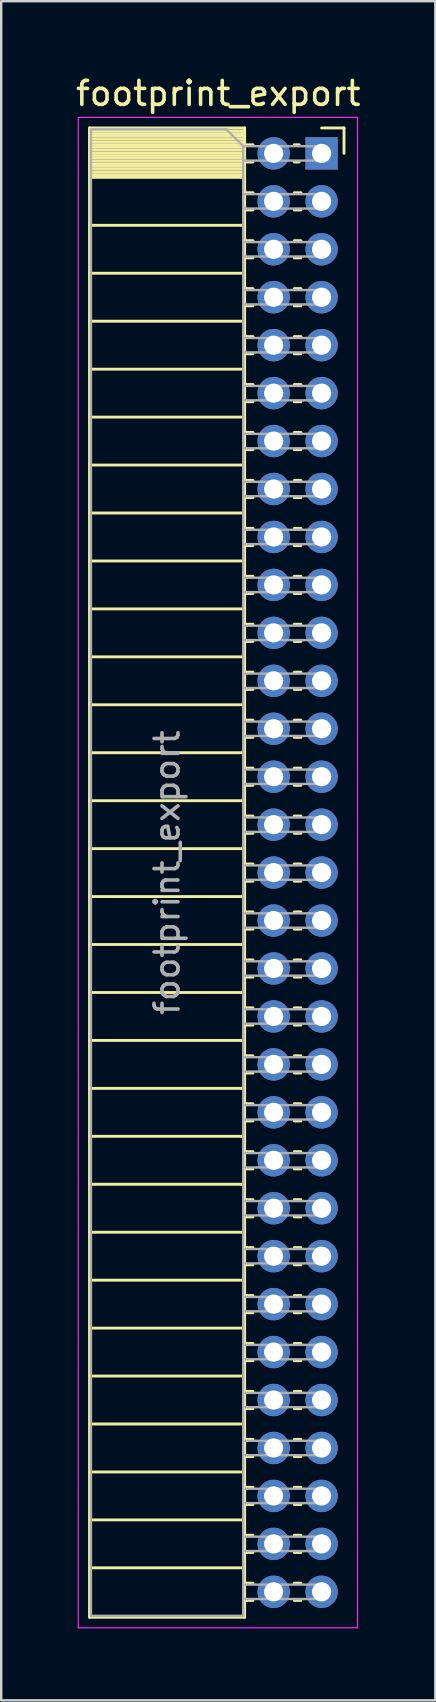
<source format=kicad_pcb>
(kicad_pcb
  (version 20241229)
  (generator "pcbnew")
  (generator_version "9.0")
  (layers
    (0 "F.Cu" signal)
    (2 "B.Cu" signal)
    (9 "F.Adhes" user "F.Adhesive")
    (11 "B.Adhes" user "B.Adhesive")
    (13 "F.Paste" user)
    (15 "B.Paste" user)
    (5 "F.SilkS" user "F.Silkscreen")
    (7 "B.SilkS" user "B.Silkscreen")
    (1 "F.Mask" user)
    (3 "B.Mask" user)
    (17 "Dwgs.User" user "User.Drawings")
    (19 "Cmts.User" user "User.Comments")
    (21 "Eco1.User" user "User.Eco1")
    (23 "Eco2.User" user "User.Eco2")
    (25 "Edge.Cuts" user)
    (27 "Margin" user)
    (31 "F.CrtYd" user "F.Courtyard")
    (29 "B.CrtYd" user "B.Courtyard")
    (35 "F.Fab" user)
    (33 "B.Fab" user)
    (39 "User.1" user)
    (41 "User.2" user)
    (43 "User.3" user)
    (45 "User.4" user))
  (footprint "footprint_export"
    (layer "F.Cu")
    (at 10.364 3.348)
    (property "Reference" "footprint_export" (at -4.31 -2.5 0) (layer "F.SilkS") (effects (font (size 1 1) (thickness 0.15))))
    (attr through_hole)
    (fp_line (start -9.68 -1.06) (end -9.68 61.06) (stroke (width 0.12) (type solid)) (layer "F.SilkS"))
    (fp_line (start -9.68 -1.06) (end -3.21 -1.06) (stroke (width 0.12) (type solid)) (layer "F.SilkS"))
    (fp_line (start -9.68 -0.94) (end -3.21 -0.94) (stroke (width 0.12) (type solid)) (layer "F.SilkS"))
    (fp_line (start -9.68 -0.826) (end -3.21 -0.826) (stroke (width 0.12) (type solid)) (layer "F.SilkS"))
    (fp_line (start -9.68 -0.712) (end -3.21 -0.712) (stroke (width 0.12) (type solid)) (layer "F.SilkS"))
    (fp_line (start -9.68 -0.598) (end -3.21 -0.598) (stroke (width 0.12) (type solid)) (layer "F.SilkS"))
    (fp_line (start -9.68 -0.484) (end -3.21 -0.484) (stroke (width 0.12) (type solid)) (layer "F.SilkS"))
    (fp_line (start -9.68 -0.369) (end -3.21 -0.369) (stroke (width 0.12) (type solid)) (layer "F.SilkS"))
    (fp_line (start -9.68 -0.255) (end -3.21 -0.255) (stroke (width 0.12) (type solid)) (layer "F.SilkS"))
    (fp_line (start -9.68 -0.141) (end -3.21 -0.141) (stroke (width 0.12) (type solid)) (layer "F.SilkS"))
    (fp_line (start -9.68 -0.027) (end -3.21 -0.027) (stroke (width 0.12) (type solid)) (layer "F.SilkS"))
    (fp_line (start -9.68 0.087) (end -3.21 0.087) (stroke (width 0.12) (type solid)) (layer "F.SilkS"))
    (fp_line (start -9.68 0.201) (end -3.21 0.201) (stroke (width 0.12) (type solid)) (layer "F.SilkS"))
    (fp_line (start -9.68 0.315) (end -3.21 0.315) (stroke (width 0.12) (type solid)) (layer "F.SilkS"))
    (fp_line (start -9.68 0.429) (end -3.21 0.429) (stroke (width 0.12) (type solid)) (layer "F.SilkS"))
    (fp_line (start -9.68 0.544) (end -3.21 0.544) (stroke (width 0.12) (type solid)) (layer "F.SilkS"))
    (fp_line (start -9.68 0.658) (end -3.21 0.658) (stroke (width 0.12) (type solid)) (layer "F.SilkS"))
    (fp_line (start -9.68 0.772) (end -3.21 0.772) (stroke (width 0.12) (type solid)) (layer "F.SilkS"))
    (fp_line (start -9.68 0.886) (end -3.21 0.886) (stroke (width 0.12) (type solid)) (layer "F.SilkS"))
    (fp_line (start -9.68 1) (end -3.21 1) (stroke (width 0.12) (type solid)) (layer "F.SilkS"))
    (fp_line (start -9.68 3) (end -3.21 3) (stroke (width 0.12) (type solid)) (layer "F.SilkS"))
    (fp_line (start -9.68 5) (end -3.21 5) (stroke (width 0.12) (type solid)) (layer "F.SilkS"))
    (fp_line (start -9.68 7) (end -3.21 7) (stroke (width 0.12) (type solid)) (layer "F.SilkS"))
    (fp_line (start -9.68 9) (end -3.21 9) (stroke (width 0.12) (type solid)) (layer "F.SilkS"))
    (fp_line (start -9.68 11) (end -3.21 11) (stroke (width 0.12) (type solid)) (layer "F.SilkS"))
    (fp_line (start -9.68 13) (end -3.21 13) (stroke (width 0.12) (type solid)) (layer "F.SilkS"))
    (fp_line (start -9.68 15) (end -3.21 15) (stroke (width 0.12) (type solid)) (layer "F.SilkS"))
    (fp_line (start -9.68 17) (end -3.21 17) (stroke (width 0.12) (type solid)) (layer "F.SilkS"))
    (fp_line (start -9.68 19) (end -3.21 19) (stroke (width 0.12) (type solid)) (layer "F.SilkS"))
    (fp_line (start -9.68 21) (end -3.21 21) (stroke (width 0.12) (type solid)) (layer "F.SilkS"))
    (fp_line (start -9.68 23) (end -3.21 23) (stroke (width 0.12) (type solid)) (layer "F.SilkS"))
    (fp_line (start -9.68 25) (end -3.21 25) (stroke (width 0.12) (type solid)) (layer "F.SilkS"))
    (fp_line (start -9.68 27) (end -3.21 27) (stroke (width 0.12) (type solid)) (layer "F.SilkS"))
    (fp_line (start -9.68 29) (end -3.21 29) (stroke (width 0.12) (type solid)) (layer "F.SilkS"))
    (fp_line (start -9.68 31) (end -3.21 31) (stroke (width 0.12) (type solid)) (layer "F.SilkS"))
    (fp_line (start -9.68 33) (end -3.21 33) (stroke (width 0.12) (type solid)) (layer "F.SilkS"))
    (fp_line (start -9.68 35) (end -3.21 35) (stroke (width 0.12) (type solid)) (layer "F.SilkS"))
    (fp_line (start -9.68 37) (end -3.21 37) (stroke (width 0.12) (type solid)) (layer "F.SilkS"))
    (fp_line (start -9.68 39) (end -3.21 39) (stroke (width 0.12) (type solid)) (layer "F.SilkS"))
    (fp_line (start -9.68 41) (end -3.21 41) (stroke (width 0.12) (type solid)) (layer "F.SilkS"))
    (fp_line (start -9.68 43) (end -3.21 43) (stroke (width 0.12) (type solid)) (layer "F.SilkS"))
    (fp_line (start -9.68 45) (end -3.21 45) (stroke (width 0.12) (type solid)) (layer "F.SilkS"))
    (fp_line (start -9.68 47) (end -3.21 47) (stroke (width 0.12) (type solid)) (layer "F.SilkS"))
    (fp_line (start -9.68 49) (end -3.21 49) (stroke (width 0.12) (type solid)) (layer "F.SilkS"))
    (fp_line (start -9.68 51) (end -3.21 51) (stroke (width 0.12) (type solid)) (layer "F.SilkS"))
    (fp_line (start -9.68 53) (end -3.21 53) (stroke (width 0.12) (type solid)) (layer "F.SilkS"))
    (fp_line (start -9.68 55) (end -3.21 55) (stroke (width 0.12) (type solid)) (layer "F.SilkS"))
    (fp_line (start -9.68 57) (end -3.21 57) (stroke (width 0.12) (type solid)) (layer "F.SilkS"))
    (fp_line (start -9.68 59) (end -3.21 59) (stroke (width 0.12) (type solid)) (layer "F.SilkS"))
    (fp_line (start -9.68 61.06) (end -3.21 61.06) (stroke (width 0.12) (type solid)) (layer "F.SilkS"))
    (fp_line (start -3.21 -1.06) (end -3.21 61.06) (stroke (width 0.12) (type solid)) (layer "F.SilkS"))
    (fp_line (start -3.21 -0.36) (end -2.863 -0.36) (stroke (width 0.12) (type solid)) (layer "F.SilkS"))
    (fp_line (start -3.21 0.36) (end -2.863 0.36) (stroke (width 0.12) (type solid)) (layer "F.SilkS"))
    (fp_line (start -3.21 1.64) (end -2.863 1.64) (stroke (width 0.12) (type solid)) (layer "F.SilkS"))
    (fp_line (start -3.21 2.36) (end -2.863 2.36) (stroke (width 0.12) (type solid)) (layer "F.SilkS"))
    (fp_line (start -3.21 3.64) (end -2.863 3.64) (stroke (width 0.12) (type solid)) (layer "F.SilkS"))
    (fp_line (start -3.21 4.36) (end -2.863 4.36) (stroke (width 0.12) (type solid)) (layer "F.SilkS"))
    (fp_line (start -3.21 5.64) (end -2.863 5.64) (stroke (width 0.12) (type solid)) (layer "F.SilkS"))
    (fp_line (start -3.21 6.36) (end -2.863 6.36) (stroke (width 0.12) (type solid)) (layer "F.SilkS"))
    (fp_line (start -3.21 7.64) (end -2.863 7.64) (stroke (width 0.12) (type solid)) (layer "F.SilkS"))
    (fp_line (start -3.21 8.36) (end -2.863 8.36) (stroke (width 0.12) (type solid)) (layer "F.SilkS"))
    (fp_line (start -3.21 9.64) (end -2.863 9.64) (stroke (width 0.12) (type solid)) (layer "F.SilkS"))
    (fp_line (start -3.21 10.36) (end -2.863 10.36) (stroke (width 0.12) (type solid)) (layer "F.SilkS"))
    (fp_line (start -3.21 11.64) (end -2.863 11.64) (stroke (width 0.12) (type solid)) (layer "F.SilkS"))
    (fp_line (start -3.21 12.36) (end -2.863 12.36) (stroke (width 0.12) (type solid)) (layer "F.SilkS"))
    (fp_line (start -3.21 13.64) (end -2.863 13.64) (stroke (width 0.12) (type solid)) (layer "F.SilkS"))
    (fp_line (start -3.21 14.36) (end -2.863 14.36) (stroke (width 0.12) (type solid)) (layer "F.SilkS"))
    (fp_line (start -3.21 15.64) (end -2.863 15.64) (stroke (width 0.12) (type solid)) (layer "F.SilkS"))
    (fp_line (start -3.21 16.36) (end -2.863 16.36) (stroke (width 0.12) (type solid)) (layer "F.SilkS"))
    (fp_line (start -3.21 17.64) (end -2.863 17.64) (stroke (width 0.12) (type solid)) (layer "F.SilkS"))
    (fp_line (start -3.21 18.36) (end -2.863 18.36) (stroke (width 0.12) (type solid)) (layer "F.SilkS"))
    (fp_line (start -3.21 19.64) (end -2.863 19.64) (stroke (width 0.12) (type solid)) (layer "F.SilkS"))
    (fp_line (start -3.21 20.36) (end -2.863 20.36) (stroke (width 0.12) (type solid)) (layer "F.SilkS"))
    (fp_line (start -3.21 21.64) (end -2.863 21.64) (stroke (width 0.12) (type solid)) (layer "F.SilkS"))
    (fp_line (start -3.21 22.36) (end -2.863 22.36) (stroke (width 0.12) (type solid)) (layer "F.SilkS"))
    (fp_line (start -3.21 23.64) (end -2.863 23.64) (stroke (width 0.12) (type solid)) (layer "F.SilkS"))
    (fp_line (start -3.21 24.36) (end -2.863 24.36) (stroke (width 0.12) (type solid)) (layer "F.SilkS"))
    (fp_line (start -3.21 25.64) (end -2.863 25.64) (stroke (width 0.12) (type solid)) (layer "F.SilkS"))
    (fp_line (start -3.21 26.36) (end -2.863 26.36) (stroke (width 0.12) (type solid)) (layer "F.SilkS"))
    (fp_line (start -3.21 27.64) (end -2.863 27.64) (stroke (width 0.12) (type solid)) (layer "F.SilkS"))
    (fp_line (start -3.21 28.36) (end -2.863 28.36) (stroke (width 0.12) (type solid)) (layer "F.SilkS"))
    (fp_line (start -3.21 29.64) (end -2.863 29.64) (stroke (width 0.12) (type solid)) (layer "F.SilkS"))
    (fp_line (start -3.21 30.36) (end -2.863 30.36) (stroke (width 0.12) (type solid)) (layer "F.SilkS"))
    (fp_line (start -3.21 31.64) (end -2.863 31.64) (stroke (width 0.12) (type solid)) (layer "F.SilkS"))
    (fp_line (start -3.21 32.36) (end -2.863 32.36) (stroke (width 0.12) (type solid)) (layer "F.SilkS"))
    (fp_line (start -3.21 33.64) (end -2.863 33.64) (stroke (width 0.12) (type solid)) (layer "F.SilkS"))
    (fp_line (start -3.21 34.36) (end -2.863 34.36) (stroke (width 0.12) (type solid)) (layer "F.SilkS"))
    (fp_line (start -3.21 35.64) (end -2.863 35.64) (stroke (width 0.12) (type solid)) (layer "F.SilkS"))
    (fp_line (start -3.21 36.36) (end -2.863 36.36) (stroke (width 0.12) (type solid)) (layer "F.SilkS"))
    (fp_line (start -3.21 37.64) (end -2.863 37.64) (stroke (width 0.12) (type solid)) (layer "F.SilkS"))
    (fp_line (start -3.21 38.36) (end -2.863 38.36) (stroke (width 0.12) (type solid)) (layer "F.SilkS"))
    (fp_line (start -3.21 39.64) (end -2.863 39.64) (stroke (width 0.12) (type solid)) (layer "F.SilkS"))
    (fp_line (start -3.21 40.36) (end -2.863 40.36) (stroke (width 0.12) (type solid)) (layer "F.SilkS"))
    (fp_line (start -3.21 41.64) (end -2.863 41.64) (stroke (width 0.12) (type solid)) (layer "F.SilkS"))
    (fp_line (start -3.21 42.36) (end -2.863 42.36) (stroke (width 0.12) (type solid)) (layer "F.SilkS"))
    (fp_line (start -3.21 43.64) (end -2.863 43.64) (stroke (width 0.12) (type solid)) (layer "F.SilkS"))
    (fp_line (start -3.21 44.36) (end -2.863 44.36) (stroke (width 0.12) (type solid)) (layer "F.SilkS"))
    (fp_line (start -3.21 45.64) (end -2.863 45.64) (stroke (width 0.12) (type solid)) (layer "F.SilkS"))
    (fp_line (start -3.21 46.36) (end -2.863 46.36) (stroke (width 0.12) (type solid)) (layer "F.SilkS"))
    (fp_line (start -3.21 47.64) (end -2.863 47.64) (stroke (width 0.12) (type solid)) (layer "F.SilkS"))
    (fp_line (start -3.21 48.36) (end -2.863 48.36) (stroke (width 0.12) (type solid)) (layer "F.SilkS"))
    (fp_line (start -3.21 49.64) (end -2.863 49.64) (stroke (width 0.12) (type solid)) (layer "F.SilkS"))
    (fp_line (start -3.21 50.36) (end -2.863 50.36) (stroke (width 0.12) (type solid)) (layer "F.SilkS"))
    (fp_line (start -3.21 51.64) (end -2.863 51.64) (stroke (width 0.12) (type solid)) (layer "F.SilkS"))
    (fp_line (start -3.21 52.36) (end -2.863 52.36) (stroke (width 0.12) (type solid)) (layer "F.SilkS"))
    (fp_line (start -3.21 53.64) (end -2.863 53.64) (stroke (width 0.12) (type solid)) (layer "F.SilkS"))
    (fp_line (start -3.21 54.36) (end -2.863 54.36) (stroke (width 0.12) (type solid)) (layer "F.SilkS"))
    (fp_line (start -3.21 55.64) (end -2.863 55.64) (stroke (width 0.12) (type solid)) (layer "F.SilkS"))
    (fp_line (start -3.21 56.36) (end -2.863 56.36) (stroke (width 0.12) (type solid)) (layer "F.SilkS"))
    (fp_line (start -3.21 57.64) (end -2.863 57.64) (stroke (width 0.12) (type solid)) (layer "F.SilkS"))
    (fp_line (start -3.21 58.36) (end -2.863 58.36) (stroke (width 0.12) (type solid)) (layer "F.SilkS"))
    (fp_line (start -3.21 59.64) (end -2.863 59.64) (stroke (width 0.12) (type solid)) (layer "F.SilkS"))
    (fp_line (start -3.21 60.36) (end -2.863 60.36) (stroke (width 0.12) (type solid)) (layer "F.SilkS"))
    (fp_line (start -1.137 -0.36) (end -0.935 -0.36) (stroke (width 0.12) (type solid)) (layer "F.SilkS"))
    (fp_line (start -1.137 0.36) (end -0.935 0.36) (stroke (width 0.12) (type solid)) (layer "F.SilkS"))
    (fp_line (start -1.137 1.64) (end -0.863 1.64) (stroke (width 0.12) (type solid)) (layer "F.SilkS"))
    (fp_line (start -1.137 2.36) (end -0.863 2.36) (stroke (width 0.12) (type solid)) (layer "F.SilkS"))
    (fp_line (start -1.137 3.64) (end -0.863 3.64) (stroke (width 0.12) (type solid)) (layer "F.SilkS"))
    (fp_line (start -1.137 4.36) (end -0.863 4.36) (stroke (width 0.12) (type solid)) (layer "F.SilkS"))
    (fp_line (start -1.137 5.64) (end -0.863 5.64) (stroke (width 0.12) (type solid)) (layer "F.SilkS"))
    (fp_line (start -1.137 6.36) (end -0.863 6.36) (stroke (width 0.12) (type solid)) (layer "F.SilkS"))
    (fp_line (start -1.137 7.64) (end -0.863 7.64) (stroke (width 0.12) (type solid)) (layer "F.SilkS"))
    (fp_line (start -1.137 8.36) (end -0.863 8.36) (stroke (width 0.12) (type solid)) (layer "F.SilkS"))
    (fp_line (start -1.137 9.64) (end -0.863 9.64) (stroke (width 0.12) (type solid)) (layer "F.SilkS"))
    (fp_line (start -1.137 10.36) (end -0.863 10.36) (stroke (width 0.12) (type solid)) (layer "F.SilkS"))
    (fp_line (start -1.137 11.64) (end -0.863 11.64) (stroke (width 0.12) (type solid)) (layer "F.SilkS"))
    (fp_line (start -1.137 12.36) (end -0.863 12.36) (stroke (width 0.12) (type solid)) (layer "F.SilkS"))
    (fp_line (start -1.137 13.64) (end -0.863 13.64) (stroke (width 0.12) (type solid)) (layer "F.SilkS"))
    (fp_line (start -1.137 14.36) (end -0.863 14.36) (stroke (width 0.12) (type solid)) (layer "F.SilkS"))
    (fp_line (start -1.137 15.64) (end -0.863 15.64) (stroke (width 0.12) (type solid)) (layer "F.SilkS"))
    (fp_line (start -1.137 16.36) (end -0.863 16.36) (stroke (width 0.12) (type solid)) (layer "F.SilkS"))
    (fp_line (start -1.137 17.64) (end -0.863 17.64) (stroke (width 0.12) (type solid)) (layer "F.SilkS"))
    (fp_line (start -1.137 18.36) (end -0.863 18.36) (stroke (width 0.12) (type solid)) (layer "F.SilkS"))
    (fp_line (start -1.137 19.64) (end -0.863 19.64) (stroke (width 0.12) (type solid)) (layer "F.SilkS"))
    (fp_line (start -1.137 20.36) (end -0.863 20.36) (stroke (width 0.12) (type solid)) (layer "F.SilkS"))
    (fp_line (start -1.137 21.64) (end -0.863 21.64) (stroke (width 0.12) (type solid)) (layer "F.SilkS"))
    (fp_line (start -1.137 22.36) (end -0.863 22.36) (stroke (width 0.12) (type solid)) (layer "F.SilkS"))
    (fp_line (start -1.137 23.64) (end -0.863 23.64) (stroke (width 0.12) (type solid)) (layer "F.SilkS"))
    (fp_line (start -1.137 24.36) (end -0.863 24.36) (stroke (width 0.12) (type solid)) (layer "F.SilkS"))
    (fp_line (start -1.137 25.64) (end -0.863 25.64) (stroke (width 0.12) (type solid)) (layer "F.SilkS"))
    (fp_line (start -1.137 26.36) (end -0.863 26.36) (stroke (width 0.12) (type solid)) (layer "F.SilkS"))
    (fp_line (start -1.137 27.64) (end -0.863 27.64) (stroke (width 0.12) (type solid)) (layer "F.SilkS"))
    (fp_line (start -1.137 28.36) (end -0.863 28.36) (stroke (width 0.12) (type solid)) (layer "F.SilkS"))
    (fp_line (start -1.137 29.64) (end -0.863 29.64) (stroke (width 0.12) (type solid)) (layer "F.SilkS"))
    (fp_line (start -1.137 30.36) (end -0.863 30.36) (stroke (width 0.12) (type solid)) (layer "F.SilkS"))
    (fp_line (start -1.137 31.64) (end -0.863 31.64) (stroke (width 0.12) (type solid)) (layer "F.SilkS"))
    (fp_line (start -1.137 32.36) (end -0.863 32.36) (stroke (width 0.12) (type solid)) (layer "F.SilkS"))
    (fp_line (start -1.137 33.64) (end -0.863 33.64) (stroke (width 0.12) (type solid)) (layer "F.SilkS"))
    (fp_line (start -1.137 34.36) (end -0.863 34.36) (stroke (width 0.12) (type solid)) (layer "F.SilkS"))
    (fp_line (start -1.137 35.64) (end -0.863 35.64) (stroke (width 0.12) (type solid)) (layer "F.SilkS"))
    (fp_line (start -1.137 36.36) (end -0.863 36.36) (stroke (width 0.12) (type solid)) (layer "F.SilkS"))
    (fp_line (start -1.137 37.64) (end -0.863 37.64) (stroke (width 0.12) (type solid)) (layer "F.SilkS"))
    (fp_line (start -1.137 38.36) (end -0.863 38.36) (stroke (width 0.12) (type solid)) (layer "F.SilkS"))
    (fp_line (start -1.137 39.64) (end -0.863 39.64) (stroke (width 0.12) (type solid)) (layer "F.SilkS"))
    (fp_line (start -1.137 40.36) (end -0.863 40.36) (stroke (width 0.12) (type solid)) (layer "F.SilkS"))
    (fp_line (start -1.137 41.64) (end -0.863 41.64) (stroke (width 0.12) (type solid)) (layer "F.SilkS"))
    (fp_line (start -1.137 42.36) (end -0.863 42.36) (stroke (width 0.12) (type solid)) (layer "F.SilkS"))
    (fp_line (start -1.137 43.64) (end -0.863 43.64) (stroke (width 0.12) (type solid)) (layer "F.SilkS"))
    (fp_line (start -1.137 44.36) (end -0.863 44.36) (stroke (width 0.12) (type solid)) (layer "F.SilkS"))
    (fp_line (start -1.137 45.64) (end -0.863 45.64) (stroke (width 0.12) (type solid)) (layer "F.SilkS"))
    (fp_line (start -1.137 46.36) (end -0.863 46.36) (stroke (width 0.12) (type solid)) (layer "F.SilkS"))
    (fp_line (start -1.137 47.64) (end -0.863 47.64) (stroke (width 0.12) (type solid)) (layer "F.SilkS"))
    (fp_line (start -1.137 48.36) (end -0.863 48.36) (stroke (width 0.12) (type solid)) (layer "F.SilkS"))
    (fp_line (start -1.137 49.64) (end -0.863 49.64) (stroke (width 0.12) (type solid)) (layer "F.SilkS"))
    (fp_line (start -1.137 50.36) (end -0.863 50.36) (stroke (width 0.12) (type solid)) (layer "F.SilkS"))
    (fp_line (start -1.137 51.64) (end -0.863 51.64) (stroke (width 0.12) (type solid)) (layer "F.SilkS"))
    (fp_line (start -1.137 52.36) (end -0.863 52.36) (stroke (width 0.12) (type solid)) (layer "F.SilkS"))
    (fp_line (start -1.137 53.64) (end -0.863 53.64) (stroke (width 0.12) (type solid)) (layer "F.SilkS"))
    (fp_line (start -1.137 54.36) (end -0.863 54.36) (stroke (width 0.12) (type solid)) (layer "F.SilkS"))
    (fp_line (start -1.137 55.64) (end -0.863 55.64) (stroke (width 0.12) (type solid)) (layer "F.SilkS"))
    (fp_line (start -1.137 56.36) (end -0.863 56.36) (stroke (width 0.12) (type solid)) (layer "F.SilkS"))
    (fp_line (start -1.137 57.64) (end -0.863 57.64) (stroke (width 0.12) (type solid)) (layer "F.SilkS"))
    (fp_line (start -1.137 58.36) (end -0.863 58.36) (stroke (width 0.12) (type solid)) (layer "F.SilkS"))
    (fp_line (start -1.137 59.64) (end -0.863 59.64) (stroke (width 0.12) (type solid)) (layer "F.SilkS"))
    (fp_line (start -1.137 60.36) (end -0.863 60.36) (stroke (width 0.12) (type solid)) (layer "F.SilkS"))
    (fp_line (start 0 -1.06) (end 0.935 -1.06) (stroke (width 0.12) (type solid)) (layer "F.SilkS"))
    (fp_line (start 0.935 -1.06) (end 0.935 0) (stroke (width 0.12) (type solid)) (layer "F.SilkS"))
    (fp_line (start -10.15 -1.5) (end -10.15 61.5) (stroke (width 0.05) (type solid)) (layer "F.CrtYd"))
    (fp_line (start -10.15 61.5) (end 1.5 61.5) (stroke (width 0.05) (type solid)) (layer "F.CrtYd"))
    (fp_line (start 1.5 -1.5) (end -10.15 -1.5) (stroke (width 0.05) (type solid)) (layer "F.CrtYd"))
    (fp_line (start 1.5 61.5) (end 1.5 -1.5) (stroke (width 0.05) (type solid)) (layer "F.CrtYd"))
    (fp_line (start -9.62 -1) (end -3.97 -1) (stroke (width 0.1) (type solid)) (layer "F.Fab"))
    (fp_line (start -9.62 61) (end -9.62 -1) (stroke (width 0.1) (type solid)) (layer "F.Fab"))
    (fp_line (start -3.97 -1) (end -3.27 -0.3) (stroke (width 0.1) (type solid)) (layer "F.Fab"))
    (fp_line (start -3.27 -0.3) (end -3.27 61) (stroke (width 0.1) (type solid)) (layer "F.Fab"))
    (fp_line (start -3.27 0.3) (end 0 0.3) (stroke (width 0.1) (type solid)) (layer "F.Fab"))
    (fp_line (start -3.27 2.3) (end 0 2.3) (stroke (width 0.1) (type solid)) (layer "F.Fab"))
    (fp_line (start -3.27 4.3) (end 0 4.3) (stroke (width 0.1) (type solid)) (layer "F.Fab"))
    (fp_line (start -3.27 6.3) (end 0 6.3) (stroke (width 0.1) (type solid)) (layer "F.Fab"))
    (fp_line (start -3.27 8.3) (end 0 8.3) (stroke (width 0.1) (type solid)) (layer "F.Fab"))
    (fp_line (start -3.27 10.3) (end 0 10.3) (stroke (width 0.1) (type solid)) (layer "F.Fab"))
    (fp_line (start -3.27 12.3) (end 0 12.3) (stroke (width 0.1) (type solid)) (layer "F.Fab"))
    (fp_line (start -3.27 14.3) (end 0 14.3) (stroke (width 0.1) (type solid)) (layer "F.Fab"))
    (fp_line (start -3.27 16.3) (end 0 16.3) (stroke (width 0.1) (type solid)) (layer "F.Fab"))
    (fp_line (start -3.27 18.3) (end 0 18.3) (stroke (width 0.1) (type solid)) (layer "F.Fab"))
    (fp_line (start -3.27 20.3) (end 0 20.3) (stroke (width 0.1) (type solid)) (layer "F.Fab"))
    (fp_line (start -3.27 22.3) (end 0 22.3) (stroke (width 0.1) (type solid)) (layer "F.Fab"))
    (fp_line (start -3.27 24.3) (end 0 24.3) (stroke (width 0.1) (type solid)) (layer "F.Fab"))
    (fp_line (start -3.27 26.3) (end 0 26.3) (stroke (width 0.1) (type solid)) (layer "F.Fab"))
    (fp_line (start -3.27 28.3) (end 0 28.3) (stroke (width 0.1) (type solid)) (layer "F.Fab"))
    (fp_line (start -3.27 30.3) (end 0 30.3) (stroke (width 0.1) (type solid)) (layer "F.Fab"))
    (fp_line (start -3.27 32.3) (end 0 32.3) (stroke (width 0.1) (type solid)) (layer "F.Fab"))
    (fp_line (start -3.27 34.3) (end 0 34.3) (stroke (width 0.1) (type solid)) (layer "F.Fab"))
    (fp_line (start -3.27 36.3) (end 0 36.3) (stroke (width 0.1) (type solid)) (layer "F.Fab"))
    (fp_line (start -3.27 38.3) (end 0 38.3) (stroke (width 0.1) (type solid)) (layer "F.Fab"))
    (fp_line (start -3.27 40.3) (end 0 40.3) (stroke (width 0.1) (type solid)) (layer "F.Fab"))
    (fp_line (start -3.27 42.3) (end 0 42.3) (stroke (width 0.1) (type solid)) (layer "F.Fab"))
    (fp_line (start -3.27 44.3) (end 0 44.3) (stroke (width 0.1) (type solid)) (layer "F.Fab"))
    (fp_line (start -3.27 46.3) (end 0 46.3) (stroke (width 0.1) (type solid)) (layer "F.Fab"))
    (fp_line (start -3.27 48.3) (end 0 48.3) (stroke (width 0.1) (type solid)) (layer "F.Fab"))
    (fp_line (start -3.27 50.3) (end 0 50.3) (stroke (width 0.1) (type solid)) (layer "F.Fab"))
    (fp_line (start -3.27 52.3) (end 0 52.3) (stroke (width 0.1) (type solid)) (layer "F.Fab"))
    (fp_line (start -3.27 54.3) (end 0 54.3) (stroke (width 0.1) (type solid)) (layer "F.Fab"))
    (fp_line (start -3.27 56.3) (end 0 56.3) (stroke (width 0.1) (type solid)) (layer "F.Fab"))
    (fp_line (start -3.27 58.3) (end 0 58.3) (stroke (width 0.1) (type solid)) (layer "F.Fab"))
    (fp_line (start -3.27 60.3) (end 0 60.3) (stroke (width 0.1) (type solid)) (layer "F.Fab"))
    (fp_line (start -3.27 61) (end -9.62 61) (stroke (width 0.1) (type solid)) (layer "F.Fab"))
    (fp_line (start 0 -0.3) (end -3.27 -0.3) (stroke (width 0.1) (type solid)) (layer "F.Fab"))
    (fp_line (start 0 0.3) (end 0 -0.3) (stroke (width 0.1) (type solid)) (layer "F.Fab"))
    (fp_line (start 0 1.7) (end -3.27 1.7) (stroke (width 0.1) (type solid)) (layer "F.Fab"))
    (fp_line (start 0 2.3) (end 0 1.7) (stroke (width 0.1) (type solid)) (layer "F.Fab"))
    (fp_line (start 0 3.7) (end -3.27 3.7) (stroke (width 0.1) (type solid)) (layer "F.Fab"))
    (fp_line (start 0 4.3) (end 0 3.7) (stroke (width 0.1) (type solid)) (layer "F.Fab"))
    (fp_line (start 0 5.7) (end -3.27 5.7) (stroke (width 0.1) (type solid)) (layer "F.Fab"))
    (fp_line (start 0 6.3) (end 0 5.7) (stroke (width 0.1) (type solid)) (layer "F.Fab"))
    (fp_line (start 0 7.7) (end -3.27 7.7) (stroke (width 0.1) (type solid)) (layer "F.Fab"))
    (fp_line (start 0 8.3) (end 0 7.7) (stroke (width 0.1) (type solid)) (layer "F.Fab"))
    (fp_line (start 0 9.7) (end -3.27 9.7) (stroke (width 0.1) (type solid)) (layer "F.Fab"))
    (fp_line (start 0 10.3) (end 0 9.7) (stroke (width 0.1) (type solid)) (layer "F.Fab"))
    (fp_line (start 0 11.7) (end -3.27 11.7) (stroke (width 0.1) (type solid)) (layer "F.Fab"))
    (fp_line (start 0 12.3) (end 0 11.7) (stroke (width 0.1) (type solid)) (layer "F.Fab"))
    (fp_line (start 0 13.7) (end -3.27 13.7) (stroke (width 0.1) (type solid)) (layer "F.Fab"))
    (fp_line (start 0 14.3) (end 0 13.7) (stroke (width 0.1) (type solid)) (layer "F.Fab"))
    (fp_line (start 0 15.7) (end -3.27 15.7) (stroke (width 0.1) (type solid)) (layer "F.Fab"))
    (fp_line (start 0 16.3) (end 0 15.7) (stroke (width 0.1) (type solid)) (layer "F.Fab"))
    (fp_line (start 0 17.7) (end -3.27 17.7) (stroke (width 0.1) (type solid)) (layer "F.Fab"))
    (fp_line (start 0 18.3) (end 0 17.7) (stroke (width 0.1) (type solid)) (layer "F.Fab"))
    (fp_line (start 0 19.7) (end -3.27 19.7) (stroke (width 0.1) (type solid)) (layer "F.Fab"))
    (fp_line (start 0 20.3) (end 0 19.7) (stroke (width 0.1) (type solid)) (layer "F.Fab"))
    (fp_line (start 0 21.7) (end -3.27 21.7) (stroke (width 0.1) (type solid)) (layer "F.Fab"))
    (fp_line (start 0 22.3) (end 0 21.7) (stroke (width 0.1) (type solid)) (layer "F.Fab"))
    (fp_line (start 0 23.7) (end -3.27 23.7) (stroke (width 0.1) (type solid)) (layer "F.Fab"))
    (fp_line (start 0 24.3) (end 0 23.7) (stroke (width 0.1) (type solid)) (layer "F.Fab"))
    (fp_line (start 0 25.7) (end -3.27 25.7) (stroke (width 0.1) (type solid)) (layer "F.Fab"))
    (fp_line (start 0 26.3) (end 0 25.7) (stroke (width 0.1) (type solid)) (layer "F.Fab"))
    (fp_line (start 0 27.7) (end -3.27 27.7) (stroke (width 0.1) (type solid)) (layer "F.Fab"))
    (fp_line (start 0 28.3) (end 0 27.7) (stroke (width 0.1) (type solid)) (layer "F.Fab"))
    (fp_line (start 0 29.7) (end -3.27 29.7) (stroke (width 0.1) (type solid)) (layer "F.Fab"))
    (fp_line (start 0 30.3) (end 0 29.7) (stroke (width 0.1) (type solid)) (layer "F.Fab"))
    (fp_line (start 0 31.7) (end -3.27 31.7) (stroke (width 0.1) (type solid)) (layer "F.Fab"))
    (fp_line (start 0 32.3) (end 0 31.7) (stroke (width 0.1) (type solid)) (layer "F.Fab"))
    (fp_line (start 0 33.7) (end -3.27 33.7) (stroke (width 0.1) (type solid)) (layer "F.Fab"))
    (fp_line (start 0 34.3) (end 0 33.7) (stroke (width 0.1) (type solid)) (layer "F.Fab"))
    (fp_line (start 0 35.7) (end -3.27 35.7) (stroke (width 0.1) (type solid)) (layer "F.Fab"))
    (fp_line (start 0 36.3) (end 0 35.7) (stroke (width 0.1) (type solid)) (layer "F.Fab"))
    (fp_line (start 0 37.7) (end -3.27 37.7) (stroke (width 0.1) (type solid)) (layer "F.Fab"))
    (fp_line (start 0 38.3) (end 0 37.7) (stroke (width 0.1) (type solid)) (layer "F.Fab"))
    (fp_line (start 0 39.7) (end -3.27 39.7) (stroke (width 0.1) (type solid)) (layer "F.Fab"))
    (fp_line (start 0 40.3) (end 0 39.7) (stroke (width 0.1) (type solid)) (layer "F.Fab"))
    (fp_line (start 0 41.7) (end -3.27 41.7) (stroke (width 0.1) (type solid)) (layer "F.Fab"))
    (fp_line (start 0 42.3) (end 0 41.7) (stroke (width 0.1) (type solid)) (layer "F.Fab"))
    (fp_line (start 0 43.7) (end -3.27 43.7) (stroke (width 0.1) (type solid)) (layer "F.Fab"))
    (fp_line (start 0 44.3) (end 0 43.7) (stroke (width 0.1) (type solid)) (layer "F.Fab"))
    (fp_line (start 0 45.7) (end -3.27 45.7) (stroke (width 0.1) (type solid)) (layer "F.Fab"))
    (fp_line (start 0 46.3) (end 0 45.7) (stroke (width 0.1) (type solid)) (layer "F.Fab"))
    (fp_line (start 0 47.7) (end -3.27 47.7) (stroke (width 0.1) (type solid)) (layer "F.Fab"))
    (fp_line (start 0 48.3) (end 0 47.7) (stroke (width 0.1) (type solid)) (layer "F.Fab"))
    (fp_line (start 0 49.7) (end -3.27 49.7) (stroke (width 0.1) (type solid)) (layer "F.Fab"))
    (fp_line (start 0 50.3) (end 0 49.7) (stroke (width 0.1) (type solid)) (layer "F.Fab"))
    (fp_line (start 0 51.7) (end -3.27 51.7) (stroke (width 0.1) (type solid)) (layer "F.Fab"))
    (fp_line (start 0 52.3) (end 0 51.7) (stroke (width 0.1) (type solid)) (layer "F.Fab"))
    (fp_line (start 0 53.7) (end -3.27 53.7) (stroke (width 0.1) (type solid)) (layer "F.Fab"))
    (fp_line (start 0 54.3) (end 0 53.7) (stroke (width 0.1) (type solid)) (layer "F.Fab"))
    (fp_line (start 0 55.7) (end -3.27 55.7) (stroke (width 0.1) (type solid)) (layer "F.Fab"))
    (fp_line (start 0 56.3) (end 0 55.7) (stroke (width 0.1) (type solid)) (layer "F.Fab"))
    (fp_line (start 0 57.7) (end -3.27 57.7) (stroke (width 0.1) (type solid)) (layer "F.Fab"))
    (fp_line (start 0 58.3) (end 0 57.7) (stroke (width 0.1) (type solid)) (layer "F.Fab"))
    (fp_line (start 0 59.7) (end -3.27 59.7) (stroke (width 0.1) (type solid)) (layer "F.Fab"))
    (fp_line (start 0 60.3) (end 0 59.7) (stroke (width 0.1) (type solid)) (layer "F.Fab"))
    (fp_text user "${REFERENCE}" (at -6.445 30 90) (layer "F.Fab") (effects (font (size 1 1) (thickness 0.15))))
    (pad "1" thru_hole rect (at 0 0) (size 1.35 1.35) (drill 0.8) (layers "*.Cu" "*.Mask"))
    (pad "2" thru_hole oval (at -2 0) (size 1.35 1.35) (drill 0.8) (layers "*.Cu" "*.Mask"))
    (pad "3" thru_hole oval (at 0 2) (size 1.35 1.35) (drill 0.8) (layers "*.Cu" "*.Mask"))
    (pad "4" thru_hole oval (at -2 2) (size 1.35 1.35) (drill 0.8) (layers "*.Cu" "*.Mask"))
    (pad "5" thru_hole oval (at 0 4) (size 1.35 1.35) (drill 0.8) (layers "*.Cu" "*.Mask"))
    (pad "6" thru_hole oval (at -2 4) (size 1.35 1.35) (drill 0.8) (layers "*.Cu" "*.Mask"))
    (pad "7" thru_hole oval (at 0 6) (size 1.35 1.35) (drill 0.8) (layers "*.Cu" "*.Mask"))
    (pad "8" thru_hole oval (at -2 6) (size 1.35 1.35) (drill 0.8) (layers "*.Cu" "*.Mask"))
    (pad "9" thru_hole oval (at 0 8) (size 1.35 1.35) (drill 0.8) (layers "*.Cu" "*.Mask"))
    (pad "10" thru_hole oval (at -2 8) (size 1.35 1.35) (drill 0.8) (layers "*.Cu" "*.Mask"))
    (pad "11" thru_hole oval (at 0 10) (size 1.35 1.35) (drill 0.8) (layers "*.Cu" "*.Mask"))
    (pad "12" thru_hole oval (at -2 10) (size 1.35 1.35) (drill 0.8) (layers "*.Cu" "*.Mask"))
    (pad "13" thru_hole oval (at 0 12) (size 1.35 1.35) (drill 0.8) (layers "*.Cu" "*.Mask"))
    (pad "14" thru_hole oval (at -2 12) (size 1.35 1.35) (drill 0.8) (layers "*.Cu" "*.Mask"))
    (pad "15" thru_hole oval (at 0 14) (size 1.35 1.35) (drill 0.8) (layers "*.Cu" "*.Mask"))
    (pad "16" thru_hole oval (at -2 14) (size 1.35 1.35) (drill 0.8) (layers "*.Cu" "*.Mask"))
    (pad "17" thru_hole oval (at 0 16) (size 1.35 1.35) (drill 0.8) (layers "*.Cu" "*.Mask"))
    (pad "18" thru_hole oval (at -2 16) (size 1.35 1.35) (drill 0.8) (layers "*.Cu" "*.Mask"))
    (pad "19" thru_hole oval (at 0 18) (size 1.35 1.35) (drill 0.8) (layers "*.Cu" "*.Mask"))
    (pad "20" thru_hole oval (at -2 18) (size 1.35 1.35) (drill 0.8) (layers "*.Cu" "*.Mask"))
    (pad "21" thru_hole oval (at 0 20) (size 1.35 1.35) (drill 0.8) (layers "*.Cu" "*.Mask"))
    (pad "22" thru_hole oval (at -2 20) (size 1.35 1.35) (drill 0.8) (layers "*.Cu" "*.Mask"))
    (pad "23" thru_hole oval (at 0 22) (size 1.35 1.35) (drill 0.8) (layers "*.Cu" "*.Mask"))
    (pad "24" thru_hole oval (at -2 22) (size 1.35 1.35) (drill 0.8) (layers "*.Cu" "*.Mask"))
    (pad "25" thru_hole oval (at 0 24) (size 1.35 1.35) (drill 0.8) (layers "*.Cu" "*.Mask"))
    (pad "26" thru_hole oval (at -2 24) (size 1.35 1.35) (drill 0.8) (layers "*.Cu" "*.Mask"))
    (pad "27" thru_hole oval (at 0 26) (size 1.35 1.35) (drill 0.8) (layers "*.Cu" "*.Mask"))
    (pad "28" thru_hole oval (at -2 26) (size 1.35 1.35) (drill 0.8) (layers "*.Cu" "*.Mask"))
    (pad "29" thru_hole oval (at 0 28) (size 1.35 1.35) (drill 0.8) (layers "*.Cu" "*.Mask"))
    (pad "30" thru_hole oval (at -2 28) (size 1.35 1.35) (drill 0.8) (layers "*.Cu" "*.Mask"))
    (pad "31" thru_hole oval (at 0 30) (size 1.35 1.35) (drill 0.8) (layers "*.Cu" "*.Mask"))
    (pad "32" thru_hole oval (at -2 30) (size 1.35 1.35) (drill 0.8) (layers "*.Cu" "*.Mask"))
    (pad "33" thru_hole oval (at 0 32) (size 1.35 1.35) (drill 0.8) (layers "*.Cu" "*.Mask"))
    (pad "34" thru_hole oval (at -2 32) (size 1.35 1.35) (drill 0.8) (layers "*.Cu" "*.Mask"))
    (pad "35" thru_hole oval (at 0 34) (size 1.35 1.35) (drill 0.8) (layers "*.Cu" "*.Mask"))
    (pad "36" thru_hole oval (at -2 34) (size 1.35 1.35) (drill 0.8) (layers "*.Cu" "*.Mask"))
    (pad "37" thru_hole oval (at 0 36) (size 1.35 1.35) (drill 0.8) (layers "*.Cu" "*.Mask"))
    (pad "38" thru_hole oval (at -2 36) (size 1.35 1.35) (drill 0.8) (layers "*.Cu" "*.Mask"))
    (pad "39" thru_hole oval (at 0 38) (size 1.35 1.35) (drill 0.8) (layers "*.Cu" "*.Mask"))
    (pad "40" thru_hole oval (at -2 38) (size 1.35 1.35) (drill 0.8) (layers "*.Cu" "*.Mask"))
    (pad "41" thru_hole oval (at 0 40) (size 1.35 1.35) (drill 0.8) (layers "*.Cu" "*.Mask"))
    (pad "42" thru_hole oval (at -2 40) (size 1.35 1.35) (drill 0.8) (layers "*.Cu" "*.Mask"))
    (pad "43" thru_hole oval (at 0 42) (size 1.35 1.35) (drill 0.8) (layers "*.Cu" "*.Mask"))
    (pad "44" thru_hole oval (at -2 42) (size 1.35 1.35) (drill 0.8) (layers "*.Cu" "*.Mask"))
    (pad "45" thru_hole oval (at 0 44) (size 1.35 1.35) (drill 0.8) (layers "*.Cu" "*.Mask"))
    (pad "46" thru_hole oval (at -2 44) (size 1.35 1.35) (drill 0.8) (layers "*.Cu" "*.Mask"))
    (pad "47" thru_hole oval (at 0 46) (size 1.35 1.35) (drill 0.8) (layers "*.Cu" "*.Mask"))
    (pad "48" thru_hole oval (at -2 46) (size 1.35 1.35) (drill 0.8) (layers "*.Cu" "*.Mask"))
    (pad "49" thru_hole oval (at 0 48) (size 1.35 1.35) (drill 0.8) (layers "*.Cu" "*.Mask"))
    (pad "50" thru_hole oval (at -2 48) (size 1.35 1.35) (drill 0.8) (layers "*.Cu" "*.Mask"))
    (pad "51" thru_hole oval (at 0 50) (size 1.35 1.35) (drill 0.8) (layers "*.Cu" "*.Mask"))
    (pad "52" thru_hole oval (at -2 50) (size 1.35 1.35) (drill 0.8) (layers "*.Cu" "*.Mask"))
    (pad "53" thru_hole oval (at 0 52) (size 1.35 1.35) (drill 0.8) (layers "*.Cu" "*.Mask"))
    (pad "54" thru_hole oval (at -2 52) (size 1.35 1.35) (drill 0.8) (layers "*.Cu" "*.Mask"))
    (pad "55" thru_hole oval (at 0 54) (size 1.35 1.35) (drill 0.8) (layers "*.Cu" "*.Mask"))
    (pad "56" thru_hole oval (at -2 54) (size 1.35 1.35) (drill 0.8) (layers "*.Cu" "*.Mask"))
    (pad "57" thru_hole oval (at 0 56) (size 1.35 1.35) (drill 0.8) (layers "*.Cu" "*.Mask"))
    (pad "58" thru_hole oval (at -2 56) (size 1.35 1.35) (drill 0.8) (layers "*.Cu" "*.Mask"))
    (pad "59" thru_hole oval (at 0 58) (size 1.35 1.35) (drill 0.8) (layers "*.Cu" "*.Mask"))
    (pad "60" thru_hole oval (at -2 58) (size 1.35 1.35) (drill 0.8) (layers "*.Cu" "*.Mask"))
    (pad "61" thru_hole oval (at 0 60) (size 1.35 1.35) (drill 0.8) (layers "*.Cu" "*.Mask"))
    (pad "62" thru_hole oval (at -2 60) (size 1.35 1.35) (drill 0.8) (layers "*.Cu" "*.Mask")))
  (gr_rect
    (start -3 -3)
    (end 15.107 67.873)
    (stroke (width 0.1) (type default))
    (fill no)
    (layer "Edge.Cuts")))
</source>
